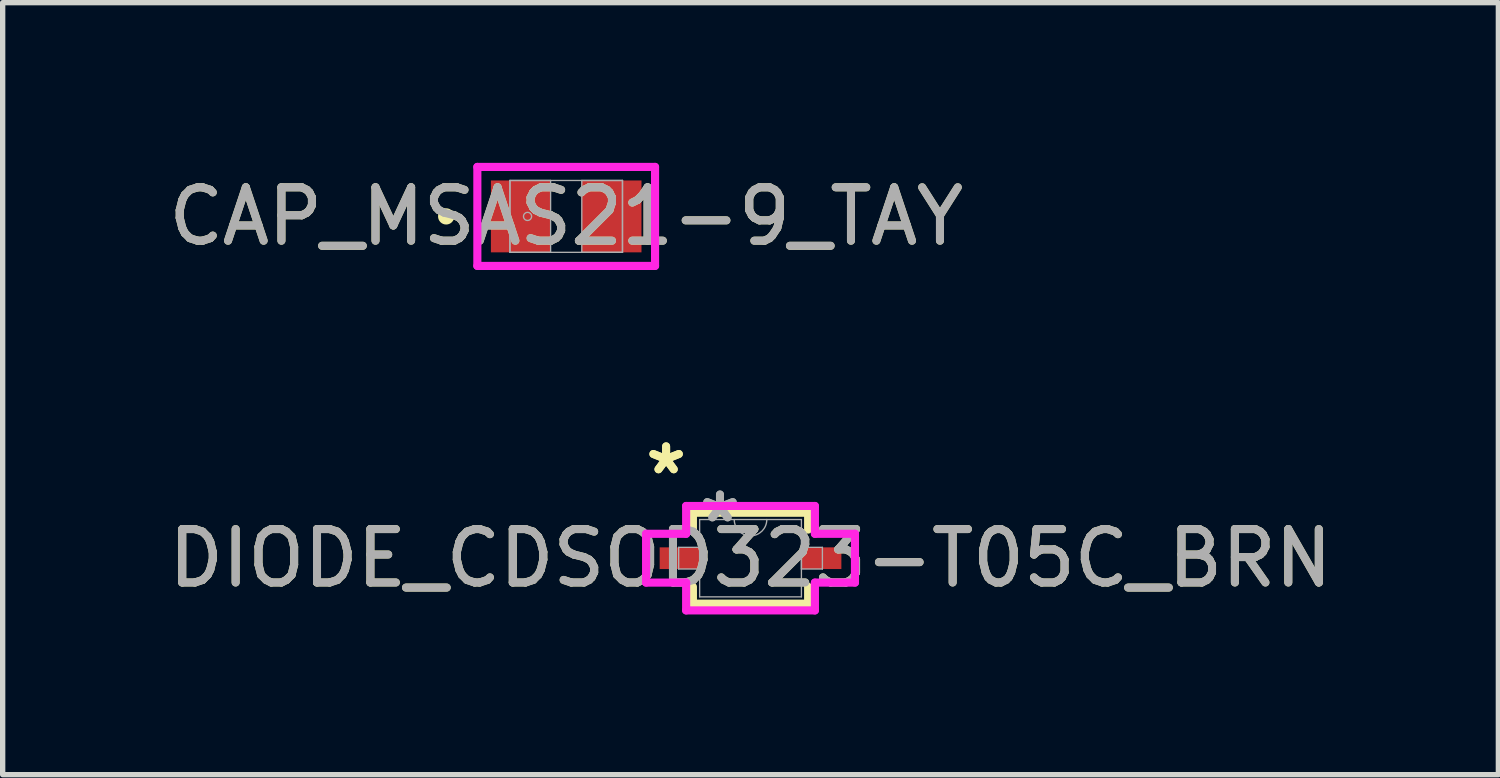
<source format=kicad_pcb>
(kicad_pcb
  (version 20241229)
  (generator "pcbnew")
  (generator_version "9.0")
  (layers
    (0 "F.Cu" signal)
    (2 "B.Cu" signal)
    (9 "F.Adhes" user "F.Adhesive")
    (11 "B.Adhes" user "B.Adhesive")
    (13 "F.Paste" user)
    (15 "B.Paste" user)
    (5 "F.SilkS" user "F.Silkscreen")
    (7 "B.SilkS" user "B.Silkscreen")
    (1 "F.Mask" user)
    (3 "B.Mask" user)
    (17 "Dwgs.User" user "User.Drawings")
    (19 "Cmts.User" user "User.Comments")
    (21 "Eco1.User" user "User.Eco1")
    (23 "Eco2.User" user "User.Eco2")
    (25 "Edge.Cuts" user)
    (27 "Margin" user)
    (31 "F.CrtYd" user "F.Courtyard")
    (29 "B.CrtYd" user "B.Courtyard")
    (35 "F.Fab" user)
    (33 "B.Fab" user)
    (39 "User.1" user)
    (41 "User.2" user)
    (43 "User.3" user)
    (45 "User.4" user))
  (footprint "CAP_MSAS21-9_TAY"
    (layer "F.Cu")
    (at 7.554 1.003)
    (property "Reference" "CAP_MSAS21-9_TAY" (at 0 0 0) (unlocked yes) (layer "F.SilkS") (effects (font (size 1 1) (thickness 0.15))))
    (attr smd)
    (fp_circle (center -2.248 0) (end -2.172 0) (stroke (width 0.152) (type solid)) (fill no) (layer "F.SilkS"))
    (fp_line (start -1.664 -0.927) (end 1.664 -0.927) (stroke (width 0.152) (type solid)) (layer "F.CrtYd"))
    (fp_line (start -1.664 0.927) (end -1.664 -0.927) (stroke (width 0.152) (type solid)) (layer "F.CrtYd"))
    (fp_line (start 1.664 -0.927) (end 1.664 0.927) (stroke (width 0.152) (type solid)) (layer "F.CrtYd"))
    (fp_line (start 1.664 0.927) (end -1.664 0.927) (stroke (width 0.152) (type solid)) (layer "F.CrtYd"))
    (fp_line (start -1.054 -0.673) (end -1.054 0.673) (stroke (width 0.025) (type solid)) (layer "F.Fab"))
    (fp_line (start -1.054 -0.673) (end -1.054 0.673) (stroke (width 0.025) (type solid)) (layer "F.Fab"))
    (fp_line (start -1.054 0.673) (end -0.292 0.673) (stroke (width 0.025) (type solid)) (layer "F.Fab"))
    (fp_line (start -1.054 0.673) (end 1.054 0.673) (stroke (width 0.025) (type solid)) (layer "F.Fab"))
    (fp_line (start -0.292 -0.673) (end -1.054 -0.673) (stroke (width 0.025) (type solid)) (layer "F.Fab"))
    (fp_line (start -0.292 0.673) (end -0.292 -0.673) (stroke (width 0.025) (type solid)) (layer "F.Fab"))
    (fp_line (start 0.292 -0.673) (end 0.292 0.673) (stroke (width 0.025) (type solid)) (layer "F.Fab"))
    (fp_line (start 0.292 0.673) (end 1.054 0.673) (stroke (width 0.025) (type solid)) (layer "F.Fab"))
    (fp_line (start 1.054 -0.673) (end -1.054 -0.673) (stroke (width 0.025) (type solid)) (layer "F.Fab"))
    (fp_line (start 1.054 -0.673) (end 0.292 -0.673) (stroke (width 0.025) (type solid)) (layer "F.Fab"))
    (fp_line (start 1.054 0.673) (end 1.054 -0.673) (stroke (width 0.025) (type solid)) (layer "F.Fab"))
    (fp_line (start 1.054 0.673) (end 1.054 -0.673) (stroke (width 0.025) (type solid)) (layer "F.Fab"))
    (fp_circle (center -0.724 0) (end -0.648 0) (stroke (width 0.025) (type solid)) (fill no) (layer "F.Fab"))
    (fp_text user "${REFERENCE}" (at 0 0 0) (unlocked yes) (layer "F.Fab") (effects (font (size 1 1) (thickness 0.15))))
    (pad "1" smd rect (at -0.851 0) (size 1.118 1.346) (layers "F.Cu" "F.Mask" "F.Paste"))
    (pad "2" smd rect (at 0.851 0) (size 1.118 1.346) (layers "F.Cu" "F.Mask" "F.Paste"))
    (zone (net_name "") (layer "F.Cu") (hatch full 0.508) (connect_pads) (min_thickness 0.254) (filled_areas_thickness no) (keepout (tracks not_allowed) (vias not_allowed) (pads allowed) (copperpour not_allowed) (footprints allowed)) (placement (enabled no)) (fill) (polygon (pts (xy 7.312 0.381) (xy 7.795 0.381) (xy 7.795 1.626) (xy 7.312 1.626)))))
  (footprint "DIODE_CDSOD323-T05C_BRN"
    (layer "F.Cu")
    (at 11.006 7.404)
    (property "Reference" "DIODE_CDSOD323-T05C_BRN" (at 0 0 0) (unlocked yes) (layer "F.SilkS") (effects (font (size 1 1) (thickness 0.15))))
    (attr smd)
    (fp_line (start -1.079 -0.851) (end -1.079 -0.536) (stroke (width 0.152) (type solid)) (layer "F.SilkS"))
    (fp_line (start -1.079 0.536) (end -1.079 0.851) (stroke (width 0.152) (type solid)) (layer "F.SilkS"))
    (fp_line (start -1.079 0.851) (end 1.079 0.851) (stroke (width 0.152) (type solid)) (layer "F.SilkS"))
    (fp_line (start 1.079 -0.851) (end -1.079 -0.851) (stroke (width 0.152) (type solid)) (layer "F.SilkS"))
    (fp_line (start 1.079 -0.536) (end 1.079 -0.851) (stroke (width 0.152) (type solid)) (layer "F.SilkS"))
    (fp_line (start 1.079 0.851) (end 1.079 0.536) (stroke (width 0.152) (type solid)) (layer "F.SilkS"))
    (fp_line (start -1.956 -0.457) (end -1.206 -0.457) (stroke (width 0.152) (type solid)) (layer "F.CrtYd"))
    (fp_line (start -1.956 0.457) (end -1.956 -0.457) (stroke (width 0.152) (type solid)) (layer "F.CrtYd"))
    (fp_line (start -1.956 0.457) (end -1.206 0.457) (stroke (width 0.152) (type solid)) (layer "F.CrtYd"))
    (fp_line (start -1.206 -0.978) (end 1.206 -0.978) (stroke (width 0.152) (type solid)) (layer "F.CrtYd"))
    (fp_line (start -1.206 -0.457) (end -1.206 -0.978) (stroke (width 0.152) (type solid)) (layer "F.CrtYd"))
    (fp_line (start -1.206 0.978) (end -1.206 0.457) (stroke (width 0.152) (type solid)) (layer "F.CrtYd"))
    (fp_line (start 1.206 -0.978) (end 1.206 -0.457) (stroke (width 0.152) (type solid)) (layer "F.CrtYd"))
    (fp_line (start 1.206 0.457) (end 1.206 0.978) (stroke (width 0.152) (type solid)) (layer "F.CrtYd"))
    (fp_line (start 1.206 0.978) (end -1.206 0.978) (stroke (width 0.152) (type solid)) (layer "F.CrtYd"))
    (fp_line (start 1.956 -0.457) (end 1.206 -0.457) (stroke (width 0.152) (type solid)) (layer "F.CrtYd"))
    (fp_line (start 1.956 -0.457) (end 1.956 0.457) (stroke (width 0.152) (type solid)) (layer "F.CrtYd"))
    (fp_line (start 1.956 0.457) (end 1.206 0.457) (stroke (width 0.152) (type solid)) (layer "F.CrtYd"))
    (fp_line (start -1.346 -0.203) (end -1.346 0.203) (stroke (width 0.025) (type solid)) (layer "F.Fab"))
    (fp_line (start -1.346 0.203) (end -0.953 0.203) (stroke (width 0.025) (type solid)) (layer "F.Fab"))
    (fp_line (start -0.953 -0.724) (end -0.953 0.724) (stroke (width 0.025) (type solid)) (layer "F.Fab"))
    (fp_line (start -0.953 -0.203) (end -1.346 -0.203) (stroke (width 0.025) (type solid)) (layer "F.Fab"))
    (fp_line (start -0.953 0.203) (end -0.953 -0.203) (stroke (width 0.025) (type solid)) (layer "F.Fab"))
    (fp_line (start -0.953 0.724) (end 0.953 0.724) (stroke (width 0.025) (type solid)) (layer "F.Fab"))
    (fp_line (start 0.953 -0.724) (end -0.953 -0.724) (stroke (width 0.025) (type solid)) (layer "F.Fab"))
    (fp_line (start 0.953 -0.203) (end 0.953 0.203) (stroke (width 0.025) (type solid)) (layer "F.Fab"))
    (fp_line (start 0.953 0.203) (end 1.346 0.203) (stroke (width 0.025) (type solid)) (layer "F.Fab"))
    (fp_line (start 0.953 0.724) (end 0.953 -0.724) (stroke (width 0.025) (type solid)) (layer "F.Fab"))
    (fp_line (start 1.346 -0.203) (end 0.953 -0.203) (stroke (width 0.025) (type solid)) (layer "F.Fab"))
    (fp_line (start 1.346 0.203) (end 1.346 -0.203) (stroke (width 0.025) (type solid)) (layer "F.Fab"))
    (fp_arc (start 0.3048 -0.7239) (mid 0 -0.4191) (end -0.3048 -0.7239) (stroke (width 0.0254) (type solid)) (layer "F.Fab"))
    (fp_text user "*" (at -1.581 -1.549 0) (unlocked yes) (layer "F.SilkS") (effects (font (size 1 1) (thickness 0.15))))
    (fp_text user "*" (at -1.581 -1.549 0) (layer "F.SilkS") (effects (font (size 1 1) (thickness 0.15))))
    (fp_text user "*" (at -0.572 -0.648 0) (unlocked yes) (layer "F.Fab") (effects (font (size 1 1) (thickness 0.15))))
    (fp_text user "${REFERENCE}" (at 0 0 0) (unlocked yes) (layer "F.Fab") (effects (font (size 1 1) (thickness 0.15))))
    (fp_text user "*" (at -0.572 -0.648 0) (layer "F.Fab") (effects (font (size 1 1) (thickness 0.15))))
    (pad "1" smd rect (at -1.327 0) (size 0.749 0.406) (layers "F.Cu" "F.Mask" "F.Paste"))
    (pad "2" smd rect (at 1.327 0) (size 0.749 0.406) (layers "F.Cu" "F.Mask" "F.Paste")))
  (gr_rect
    (start -3 -3)
    (end 25.012 11.458)
    (stroke (width 0.1) (type default))
    (fill no)
    (layer "Edge.Cuts")))
</source>
